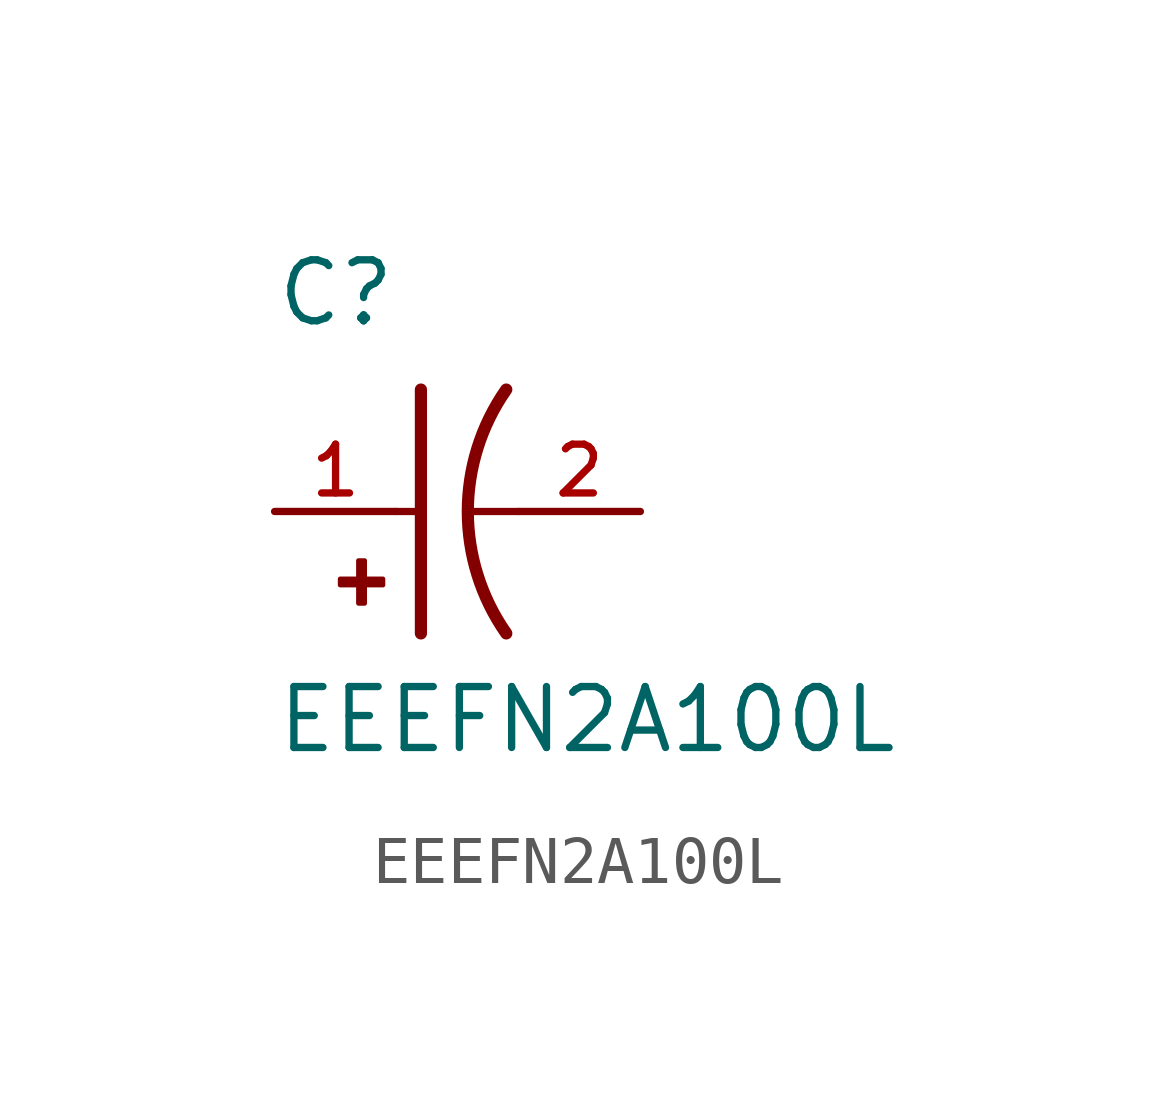
<source format=kicad_sym>
(kicad_symbol_lib
  (version 20211014)
  (generator kicad_symbol_editor)
  (symbol "EEEFN2A100L"
    (pin_names
      (offset 1.016))
    (property "Reference" "C"
      (at -2.54 3.81 0)
      (effects (font (size 1.27 1.27)) (justify bottom left)))
    (property "Value" "EEEFN2A100L"
      (at -2.54 -5.08 0)
      (effects (font (size 1.27 1.27)) (justify bottom left)))
    (symbol "EEEFN2A100L_0_0"
      (arc (start 2.286 -2.54) (mid 1.4851 -0.0) (end 2.286 2.54) (stroke (width 0.254) (type default) (color 0 0 0 0)) (fill (type none)))
      (polyline (pts (xy 0.508 2.54) (xy 0.508 0.0)) (stroke (width 0.254)))
      (rectangle (start -1.173 -1.532) (end -0.284 -1.405) (stroke (width 0.1)) (fill (type outline)))
      (rectangle (start -0.792 -1.913) (end -0.665 -1.024) (stroke (width 0.1)) (fill (type outline)))
      (polyline (pts (xy 0.508 0.0) (xy 0.508 -2.54)) (stroke (width 0.254)))
      (polyline (pts (xy 0.0 0.0) (xy 0.508 0.0)) (stroke (width 0.152)))
      (polyline (pts (xy 2.54 0.0) (xy 1.524 0.0)) (stroke (width 0.152)))
      (pin passive line (at -2.54 0.0 0) (length 2.54) (name "~" (effects (font (size 1.016 1.016)))) (number "1" (effects (font (size 1.016 1.016)))))
      (pin passive line (at 5.08 0.0 180.0) (length 2.54) (name "~" (effects (font (size 1.016 1.016)))) (number "2" (effects (font (size 1.016 1.016))))))))
</source>
